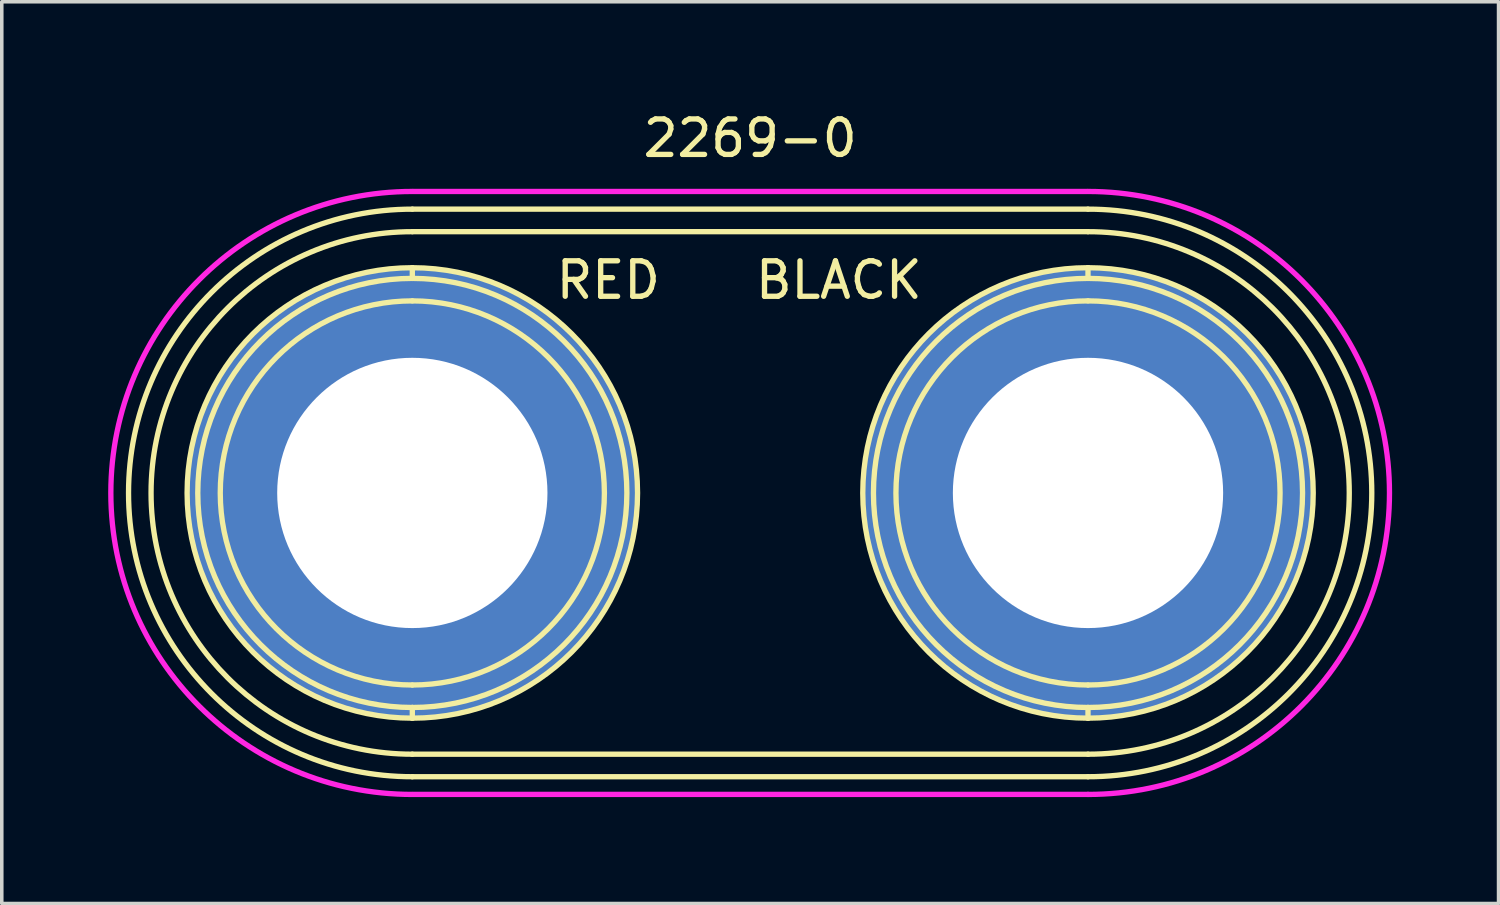
<source format=kicad_pcb>
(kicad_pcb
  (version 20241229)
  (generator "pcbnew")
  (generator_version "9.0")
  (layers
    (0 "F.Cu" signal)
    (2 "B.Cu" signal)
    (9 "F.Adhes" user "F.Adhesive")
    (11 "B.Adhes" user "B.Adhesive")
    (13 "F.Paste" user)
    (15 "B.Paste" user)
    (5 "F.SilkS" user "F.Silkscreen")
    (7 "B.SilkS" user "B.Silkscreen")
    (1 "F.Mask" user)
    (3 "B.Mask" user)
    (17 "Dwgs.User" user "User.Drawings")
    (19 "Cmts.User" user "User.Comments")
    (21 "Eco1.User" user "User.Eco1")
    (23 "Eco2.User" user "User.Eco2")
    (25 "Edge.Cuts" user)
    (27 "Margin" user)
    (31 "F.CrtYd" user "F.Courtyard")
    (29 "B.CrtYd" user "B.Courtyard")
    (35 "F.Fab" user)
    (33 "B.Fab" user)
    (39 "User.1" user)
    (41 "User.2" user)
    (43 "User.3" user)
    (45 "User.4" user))
  (footprint "2269-0"
    (layer "F.Cu")
    (at 18.1 10.848)
    (property "Reference" "2269-0" (at 0 -10 0) (layer "F.SilkS") (effects (font (size 1 1) (thickness 0.15))))
    (attr smd)
    (fp_line (start -9.525 -8.001) (end 9.525 -8.001) (stroke (width 0.15) (type solid)) (layer "F.SilkS"))
    (fp_line (start -9.525 -6.049) (end -9.525 -6.35) (stroke (width 0.15) (type solid)) (layer "F.SilkS"))
    (fp_line (start -9.525 -2.108) (end -9.525 -2.668) (stroke (width 0.15) (type solid)) (layer "F.SilkS"))
    (fp_line (start -9.525 2.108) (end -9.525 2.668) (stroke (width 0.15) (type solid)) (layer "F.SilkS"))
    (fp_line (start -9.525 6.049) (end -9.525 6.35) (stroke (width 0.15) (type solid)) (layer "F.SilkS"))
    (fp_line (start -9.525 7.366) (end 9.525 7.366) (stroke (width 0.15) (type solid)) (layer "F.SilkS"))
    (fp_line (start 9.525 -7.366) (end -9.525 -7.366) (stroke (width 0.15) (type solid)) (layer "F.SilkS"))
    (fp_line (start 9.525 -6.049) (end 9.525 -6.35) (stroke (width 0.15) (type solid)) (layer "F.SilkS"))
    (fp_line (start 9.525 -2.108) (end 9.525 -2.668) (stroke (width 0.15) (type solid)) (layer "F.SilkS"))
    (fp_line (start 9.525 2.108) (end 9.525 2.668) (stroke (width 0.15) (type solid)) (layer "F.SilkS"))
    (fp_line (start 9.525 6.049) (end 9.525 6.35) (stroke (width 0.15) (type solid)) (layer "F.SilkS"))
    (fp_line (start 9.525 8.001) (end -9.525 8.001) (stroke (width 0.15) (type solid)) (layer "F.SilkS"))
    (fp_arc (start -9.525 -6.35) (mid -3.175 0) (end -9.525 6.35) (stroke (width 0.15) (type solid)) (layer "F.SilkS"))
    (fp_arc (start -9.525 -6.049) (mid -3.476 0) (end -9.525 6.049) (stroke (width 0.15) (type solid)) (layer "F.SilkS"))
    (fp_arc (start -9.525 -5.415) (mid -4.11 0) (end -9.525 5.415) (stroke (width 0.15) (type solid)) (layer "F.SilkS"))
    (fp_arc (start -9.525 -2.668) (mid -6.857 0) (end -9.525 2.668) (stroke (width 0.15) (type solid)) (layer "F.SilkS"))
    (fp_arc (start -9.525 -2.108) (mid -7.417 0) (end -9.525 2.108) (stroke (width 0.15) (type solid)) (layer "F.SilkS"))
    (fp_arc (start -9.525 2.108) (mid -11.633 0) (end -9.525 -2.108) (stroke (width 0.15) (type solid)) (layer "F.SilkS"))
    (fp_arc (start -9.525 2.668) (mid -12.193 0) (end -9.525 -2.668) (stroke (width 0.15) (type solid)) (layer "F.SilkS"))
    (fp_arc (start -9.525 5.415) (mid -14.94 0) (end -9.525 -5.415) (stroke (width 0.15) (type solid)) (layer "F.SilkS"))
    (fp_arc (start -9.525 6.049) (mid -15.574 0) (end -9.525 -6.049) (stroke (width 0.15) (type solid)) (layer "F.SilkS"))
    (fp_arc (start -9.525 6.35) (mid -15.875 0) (end -9.525 -6.35) (stroke (width 0.15) (type solid)) (layer "F.SilkS"))
    (fp_arc (start -9.525 7.366) (mid -16.891 0) (end -9.525 -7.366) (stroke (width 0.15) (type solid)) (layer "F.SilkS"))
    (fp_arc (start -9.525 8.001) (mid -17.526 0) (end -9.525 -8.001) (stroke (width 0.15) (type solid)) (layer "F.SilkS"))
    (fp_arc (start 9.525 -8.001) (mid 17.526 0) (end 9.525 8.001) (stroke (width 0.15) (type solid)) (layer "F.SilkS"))
    (fp_arc (start 9.525 -7.366) (mid 16.891 0) (end 9.525 7.366) (stroke (width 0.15) (type solid)) (layer "F.SilkS"))
    (fp_arc (start 9.525 -6.35) (mid 15.875 0) (end 9.525 6.35) (stroke (width 0.15) (type solid)) (layer "F.SilkS"))
    (fp_arc (start 9.525 -6.049) (mid 15.574 0) (end 9.525 6.049) (stroke (width 0.15) (type solid)) (layer "F.SilkS"))
    (fp_arc (start 9.525 -5.415) (mid 14.94 0) (end 9.525 5.415) (stroke (width 0.15) (type solid)) (layer "F.SilkS"))
    (fp_arc (start 9.525 -2.668) (mid 12.193 0) (end 9.525 2.668) (stroke (width 0.15) (type solid)) (layer "F.SilkS"))
    (fp_arc (start 9.525 -2.108) (mid 11.633 0) (end 9.525 2.108) (stroke (width 0.15) (type solid)) (layer "F.SilkS"))
    (fp_arc (start 9.525 2.108) (mid 7.417 0) (end 9.525 -2.108) (stroke (width 0.15) (type solid)) (layer "F.SilkS"))
    (fp_arc (start 9.525 2.668) (mid 6.857 0) (end 9.525 -2.668) (stroke (width 0.15) (type solid)) (layer "F.SilkS"))
    (fp_arc (start 9.525 5.415) (mid 4.11 0) (end 9.525 -5.415) (stroke (width 0.15) (type solid)) (layer "F.SilkS"))
    (fp_arc (start 9.525 6.049) (mid 3.476 0) (end 9.525 -6.049) (stroke (width 0.15) (type solid)) (layer "F.SilkS"))
    (fp_arc (start 9.525 6.35) (mid 3.175 0) (end 9.525 -6.35) (stroke (width 0.15) (type solid)) (layer "F.SilkS"))
    (fp_line (start 9.5 -8.5) (end -9.5 -8.5) (stroke (width 0.15) (type solid)) (layer "F.CrtYd"))
    (fp_line (start 9.525 8.5) (end -9.5 8.5) (stroke (width 0.15) (type solid)) (layer "F.CrtYd"))
    (fp_arc (start -9.525 8.5) (mid -18.025 0) (end -9.525 -8.5) (stroke (width 0.15) (type solid)) (layer "F.CrtYd"))
    (fp_arc (start 9.525 -8.5) (mid 18.025 0) (end 9.525 8.5) (stroke (width 0.15) (type solid)) (layer "F.CrtYd"))
    (fp_text user "RED" (at -4 -6 0) (layer "F.SilkS") (effects (font (size 1 1) (thickness 0.15))))
    (fp_text user "BLACK" (at 2.5 -6 0) (layer "F.SilkS") (effects (font (size 1 1) (thickness 0.15))))
    (pad "BLK" thru_hole circle (at 9.525 0) (size 12.7 12.7) (drill 7.62) (layers "*.Cu" "*.Mask"))
    (pad "RED" thru_hole circle (at -9.525 0) (size 12.7 12.7) (drill 7.62) (layers "*.Cu" "*.Mask")))
  (gr_rect
    (start -3 -3)
    (end 39.2 22.423)
    (stroke (width 0.1) (type default))
    (fill no)
    (layer "Edge.Cuts")))
</source>
